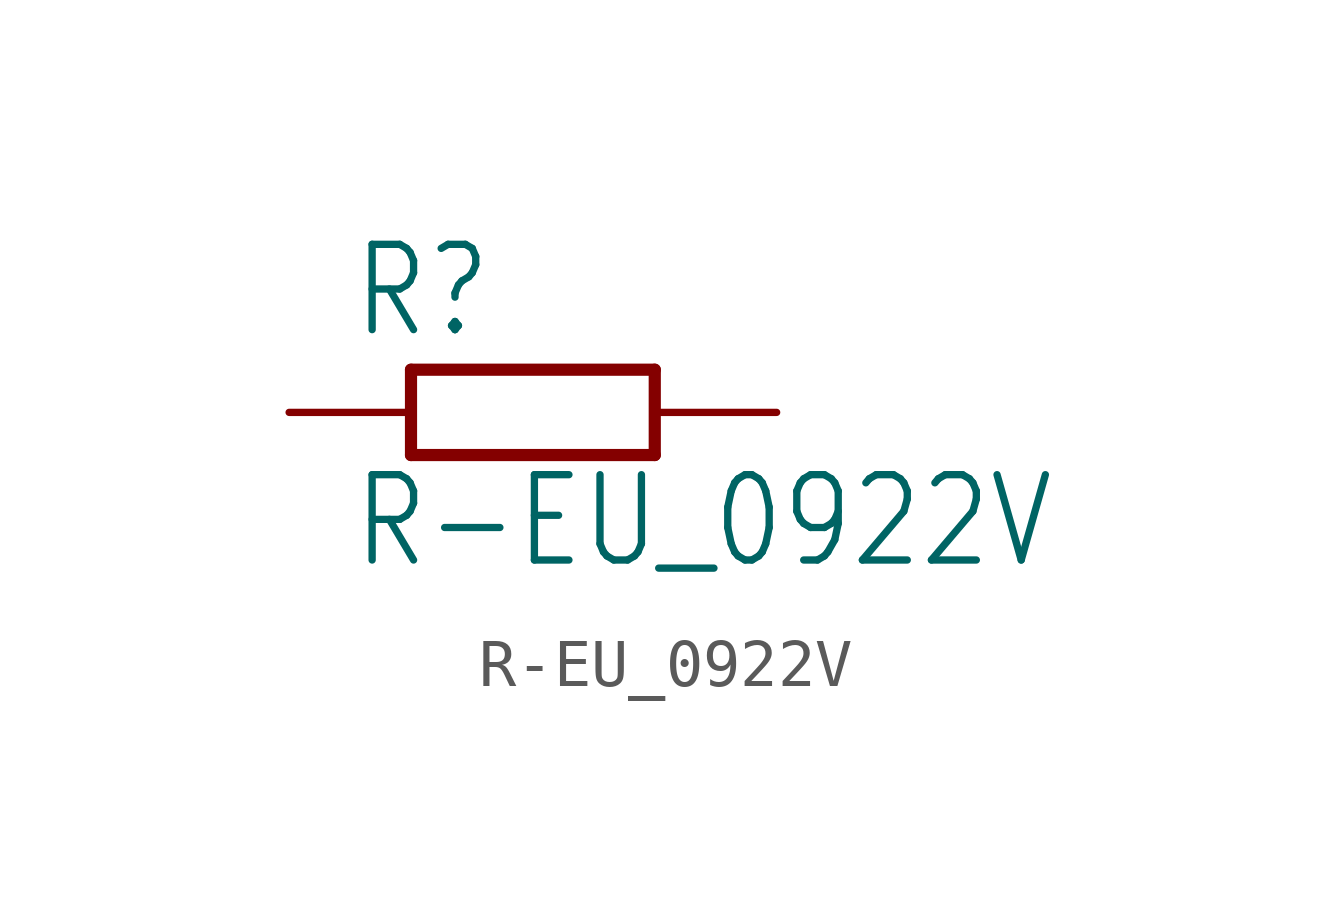
<source format=kicad_sym>
(kicad_symbol_lib
  (version 20201005)
  (generator kicad_symbol_editor)
  (symbol "R-EU_0922V"
    (property "Reference" "R"
      (at -3.81 1.499 0)
      (effects (font (size 1.778 1.511)) (justify left bottom)))
    (property "Value" "R-EU_0922V"
      (at -3.81 -3.302 0)
      (effects (font (size 1.778 1.511)) (justify left bottom)))
    (property "ki_locked" ""
      (at 0 0 0)
      (effects (font (size 1.27 1.27))))
    (symbol "R-EU_0922V_1_0"
      (polyline (pts (xy -2.54 -0.889) (xy 2.54 -0.889)) (stroke (width 0.254)) (fill (type none)))
      (polyline (pts (xy 2.54 0.889) (xy -2.54 0.889)) (stroke (width 0.254)) (fill (type none)))
      (polyline (pts (xy 2.54 -0.889) (xy 2.54 0.889)) (stroke (width 0.254)) (fill (type none)))
      (polyline (pts (xy -2.54 -0.889) (xy -2.54 0.889)) (stroke (width 0.254)) (fill (type none)))
      (pin passive line (at 5.08 0 180) (length 2.54) (name "2" (effects (font (size 0 0)))) (number "2" (effects (font (size 0 0)))))
      (pin passive line (at -5.08 0 0) (length 2.54) (name "1" (effects (font (size 0 0)))) (number "1" (effects (font (size 0 0))))))))
</source>
